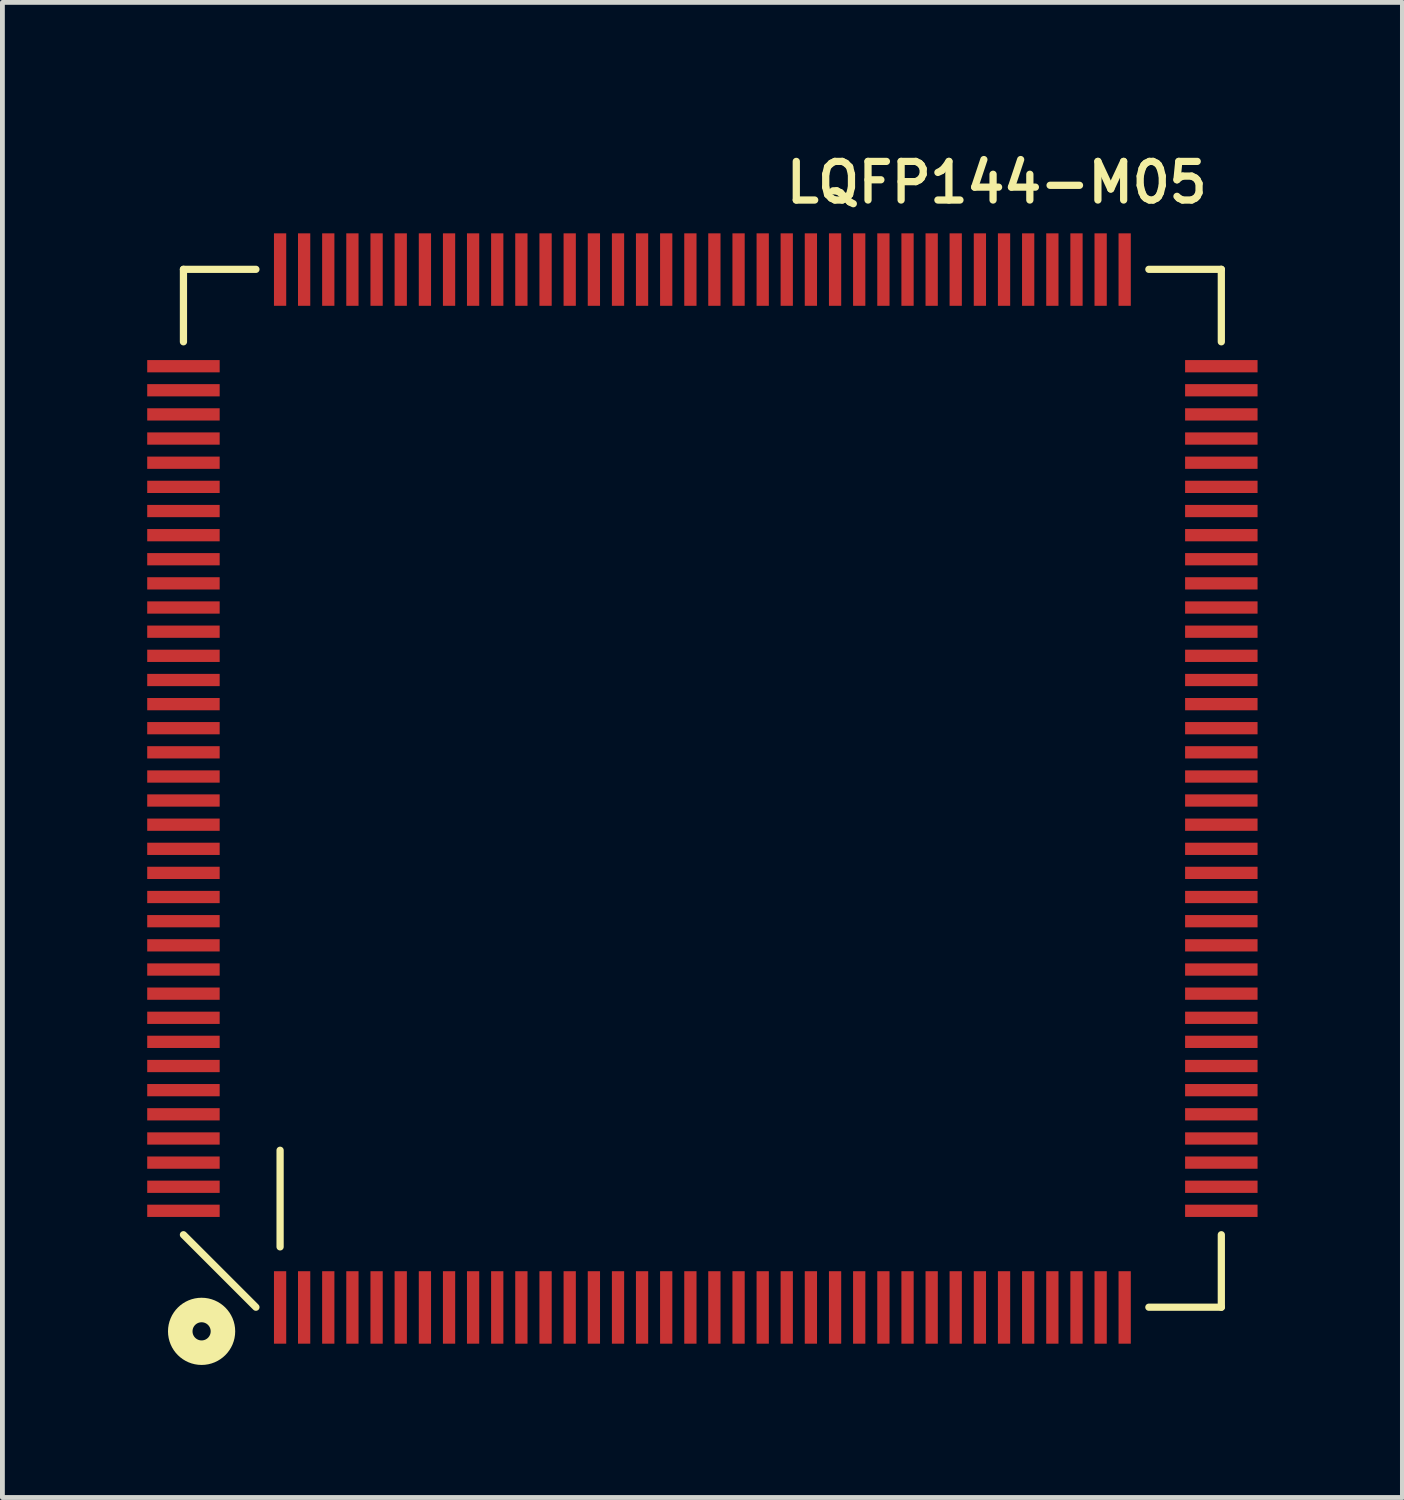
<source format=kicad_pcb>
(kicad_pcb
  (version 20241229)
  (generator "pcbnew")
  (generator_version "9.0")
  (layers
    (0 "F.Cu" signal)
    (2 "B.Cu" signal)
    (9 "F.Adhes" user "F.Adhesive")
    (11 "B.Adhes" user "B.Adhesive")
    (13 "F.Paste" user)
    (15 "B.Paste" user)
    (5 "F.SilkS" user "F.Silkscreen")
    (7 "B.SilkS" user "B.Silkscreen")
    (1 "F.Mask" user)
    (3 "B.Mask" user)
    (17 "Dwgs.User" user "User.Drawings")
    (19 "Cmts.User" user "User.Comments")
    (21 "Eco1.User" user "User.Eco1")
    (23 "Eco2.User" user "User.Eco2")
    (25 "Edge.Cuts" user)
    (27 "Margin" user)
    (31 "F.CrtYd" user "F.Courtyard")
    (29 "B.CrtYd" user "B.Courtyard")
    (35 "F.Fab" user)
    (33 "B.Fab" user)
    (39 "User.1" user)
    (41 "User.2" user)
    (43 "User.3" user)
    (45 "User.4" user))
  (footprint "LQFP144-M05"
    (layer "F.Cu")
    (at 11.497 13.281)
    (property "Reference" "LQFP144-M05" (at 6.1 -12.55 0) (layer "F.SilkS") (effects (font (size 0.8 0.8) (thickness 0.15))))
    (attr smd)
    (fp_line (start -10.747 -10.752) (end -9.246 -10.752) (stroke (width 0.15) (type solid)) (layer "F.SilkS"))
    (fp_line (start -10.747 -9.251) (end -10.747 -10.752) (stroke (width 0.15) (type solid)) (layer "F.SilkS"))
    (fp_line (start -10.747 9.246) (end -9.246 10.747) (stroke (width 0.15) (type solid)) (layer "F.SilkS"))
    (fp_line (start -8.745 9.497) (end -8.745 7.496) (stroke (width 0.15) (type solid)) (layer "F.SilkS"))
    (fp_line (start 10.752 -10.752) (end 9.251 -10.752) (stroke (width 0.15) (type solid)) (layer "F.SilkS"))
    (fp_line (start 10.752 -9.251) (end 10.752 -10.752) (stroke (width 0.15) (type solid)) (layer "F.SilkS"))
    (fp_line (start 10.752 9.246) (end 10.752 10.747) (stroke (width 0.15) (type solid)) (layer "F.SilkS"))
    (fp_line (start 10.752 10.747) (end 9.251 10.747) (stroke (width 0.15) (type solid)) (layer "F.SilkS"))
    (fp_circle (center -10.371 11.247) (end -10.183 11.247) (stroke (width 0.508) (type solid)) (fill no) (layer "F.SilkS"))
    (pad "1" smd rect (at -8.745 10.752) (size 0.254 1.501) (layers "F.Cu" "F.Mask" "F.Paste"))
    (pad "2" smd rect (at -8.247 10.752) (size 0.254 1.501) (layers "F.Cu" "F.Mask" "F.Paste"))
    (pad "3" smd rect (at -7.747 10.752) (size 0.254 1.501) (layers "F.Cu" "F.Mask" "F.Paste"))
    (pad "4" smd rect (at -7.247 10.752) (size 0.254 1.501) (layers "F.Cu" "F.Mask" "F.Paste"))
    (pad "5" smd rect (at -6.746 10.752) (size 0.254 1.501) (layers "F.Cu" "F.Mask" "F.Paste"))
    (pad "6" smd rect (at -6.246 10.752) (size 0.254 1.501) (layers "F.Cu" "F.Mask" "F.Paste"))
    (pad "7" smd rect (at -5.745 10.752) (size 0.254 1.501) (layers "F.Cu" "F.Mask" "F.Paste"))
    (pad "8" smd rect (at -5.245 10.752) (size 0.254 1.501) (layers "F.Cu" "F.Mask" "F.Paste"))
    (pad "9" smd rect (at -4.747 10.752) (size 0.254 1.501) (layers "F.Cu" "F.Mask" "F.Paste"))
    (pad "10" smd rect (at -4.247 10.752) (size 0.254 1.501) (layers "F.Cu" "F.Mask" "F.Paste"))
    (pad "11" smd rect (at -3.747 10.752) (size 0.254 1.501) (layers "F.Cu" "F.Mask" "F.Paste"))
    (pad "12" smd rect (at -3.246 10.752) (size 0.254 1.501) (layers "F.Cu" "F.Mask" "F.Paste"))
    (pad "13" smd rect (at -2.746 10.752) (size 0.254 1.501) (layers "F.Cu" "F.Mask" "F.Paste"))
    (pad "14" smd rect (at -2.245 10.752) (size 0.254 1.501) (layers "F.Cu" "F.Mask" "F.Paste"))
    (pad "15" smd rect (at -1.745 10.752) (size 0.254 1.501) (layers "F.Cu" "F.Mask" "F.Paste"))
    (pad "16" smd rect (at -1.247 10.752) (size 0.254 1.501) (layers "F.Cu" "F.Mask" "F.Paste"))
    (pad "17" smd rect (at -0.747 10.752) (size 0.254 1.501) (layers "F.Cu" "F.Mask" "F.Paste"))
    (pad "18" smd rect (at -0.246 10.752) (size 0.254 1.501) (layers "F.Cu" "F.Mask" "F.Paste"))
    (pad "19" smd rect (at 0.251 10.752) (size 0.254 1.501) (layers "F.Cu" "F.Mask" "F.Paste"))
    (pad "20" smd rect (at 0.752 10.752) (size 0.254 1.501) (layers "F.Cu" "F.Mask" "F.Paste"))
    (pad "21" smd rect (at 1.252 10.752) (size 0.254 1.501) (layers "F.Cu" "F.Mask" "F.Paste"))
    (pad "22" smd rect (at 1.75 10.752) (size 0.254 1.501) (layers "F.Cu" "F.Mask" "F.Paste"))
    (pad "23" smd rect (at 2.25 10.752) (size 0.254 1.501) (layers "F.Cu" "F.Mask" "F.Paste"))
    (pad "24" smd rect (at 2.751 10.752) (size 0.254 1.501) (layers "F.Cu" "F.Mask" "F.Paste"))
    (pad "25" smd rect (at 3.251 10.752) (size 0.254 1.501) (layers "F.Cu" "F.Mask" "F.Paste"))
    (pad "26" smd rect (at 3.752 10.752) (size 0.254 1.501) (layers "F.Cu" "F.Mask" "F.Paste"))
    (pad "27" smd rect (at 4.252 10.752) (size 0.254 1.501) (layers "F.Cu" "F.Mask" "F.Paste"))
    (pad "28" smd rect (at 4.752 10.752) (size 0.254 1.501) (layers "F.Cu" "F.Mask" "F.Paste"))
    (pad "29" smd rect (at 5.25 10.752) (size 0.254 1.501) (layers "F.Cu" "F.Mask" "F.Paste"))
    (pad "30" smd rect (at 5.751 10.752) (size 0.254 1.501) (layers "F.Cu" "F.Mask" "F.Paste"))
    (pad "31" smd rect (at 6.251 10.752) (size 0.254 1.501) (layers "F.Cu" "F.Mask" "F.Paste"))
    (pad "32" smd rect (at 6.751 10.752) (size 0.254 1.501) (layers "F.Cu" "F.Mask" "F.Paste"))
    (pad "33" smd rect (at 7.252 10.752) (size 0.254 1.501) (layers "F.Cu" "F.Mask" "F.Paste"))
    (pad "34" smd rect (at 7.752 10.752) (size 0.254 1.501) (layers "F.Cu" "F.Mask" "F.Paste"))
    (pad "35" smd rect (at 8.252 10.752) (size 0.254 1.501) (layers "F.Cu" "F.Mask" "F.Paste"))
    (pad "36" smd rect (at 8.75 10.752) (size 0.254 1.501) (layers "F.Cu" "F.Mask" "F.Paste"))
    (pad "37" smd rect (at 10.752 8.75 90) (size 0.254 1.501) (layers "F.Cu" "F.Mask" "F.Paste"))
    (pad "38" smd rect (at 10.752 8.252 90) (size 0.254 1.501) (layers "F.Cu" "F.Mask" "F.Paste"))
    (pad "39" smd rect (at 10.752 7.752 90) (size 0.254 1.501) (layers "F.Cu" "F.Mask" "F.Paste"))
    (pad "40" smd rect (at 10.752 7.252 90) (size 0.254 1.501) (layers "F.Cu" "F.Mask" "F.Paste"))
    (pad "41" smd rect (at 10.752 6.751 90) (size 0.254 1.501) (layers "F.Cu" "F.Mask" "F.Paste"))
    (pad "42" smd rect (at 10.752 6.251 90) (size 0.254 1.501) (layers "F.Cu" "F.Mask" "F.Paste"))
    (pad "43" smd rect (at 10.752 5.751 90) (size 0.254 1.501) (layers "F.Cu" "F.Mask" "F.Paste"))
    (pad "44" smd rect (at 10.752 5.25 90) (size 0.254 1.501) (layers "F.Cu" "F.Mask" "F.Paste"))
    (pad "45" smd rect (at 10.752 4.752 90) (size 0.254 1.501) (layers "F.Cu" "F.Mask" "F.Paste"))
    (pad "46" smd rect (at 10.752 4.252 90) (size 0.254 1.501) (layers "F.Cu" "F.Mask" "F.Paste"))
    (pad "47" smd rect (at 10.752 3.752 90) (size 0.254 1.501) (layers "F.Cu" "F.Mask" "F.Paste"))
    (pad "48" smd rect (at 10.752 3.251 90) (size 0.254 1.501) (layers "F.Cu" "F.Mask" "F.Paste"))
    (pad "49" smd rect (at 10.752 2.751 90) (size 0.254 1.501) (layers "F.Cu" "F.Mask" "F.Paste"))
    (pad "50" smd rect (at 10.752 2.25 90) (size 0.254 1.501) (layers "F.Cu" "F.Mask" "F.Paste"))
    (pad "51" smd rect (at 10.752 1.75 90) (size 0.254 1.501) (layers "F.Cu" "F.Mask" "F.Paste"))
    (pad "52" smd rect (at 10.752 1.252 90) (size 0.254 1.501) (layers "F.Cu" "F.Mask" "F.Paste"))
    (pad "53" smd rect (at 10.752 0.752 90) (size 0.254 1.501) (layers "F.Cu" "F.Mask" "F.Paste"))
    (pad "54" smd rect (at 10.752 0.251 90) (size 0.254 1.501) (layers "F.Cu" "F.Mask" "F.Paste"))
    (pad "55" smd rect (at 10.752 -0.246 90) (size 0.254 1.501) (layers "F.Cu" "F.Mask" "F.Paste"))
    (pad "56" smd rect (at 10.752 -0.747 90) (size 0.254 1.501) (layers "F.Cu" "F.Mask" "F.Paste"))
    (pad "57" smd rect (at 10.752 -1.247 90) (size 0.254 1.501) (layers "F.Cu" "F.Mask" "F.Paste"))
    (pad "58" smd rect (at 10.752 -1.745 90) (size 0.254 1.501) (layers "F.Cu" "F.Mask" "F.Paste"))
    (pad "59" smd rect (at 10.752 -2.245 90) (size 0.254 1.501) (layers "F.Cu" "F.Mask" "F.Paste"))
    (pad "60" smd rect (at 10.752 -2.746 90) (size 0.254 1.501) (layers "F.Cu" "F.Mask" "F.Paste"))
    (pad "61" smd rect (at 10.752 -3.246 90) (size 0.254 1.501) (layers "F.Cu" "F.Mask" "F.Paste"))
    (pad "62" smd rect (at 10.752 -3.747 90) (size 0.254 1.501) (layers "F.Cu" "F.Mask" "F.Paste"))
    (pad "63" smd rect (at 10.752 -4.247 90) (size 0.254 1.501) (layers "F.Cu" "F.Mask" "F.Paste"))
    (pad "64" smd rect (at 10.752 -4.747 90) (size 0.254 1.501) (layers "F.Cu" "F.Mask" "F.Paste"))
    (pad "65" smd rect (at 10.752 -5.245 90) (size 0.254 1.501) (layers "F.Cu" "F.Mask" "F.Paste"))
    (pad "66" smd rect (at 10.752 -5.745 90) (size 0.254 1.501) (layers "F.Cu" "F.Mask" "F.Paste"))
    (pad "67" smd rect (at 10.752 -6.246 90) (size 0.254 1.501) (layers "F.Cu" "F.Mask" "F.Paste"))
    (pad "68" smd rect (at 10.752 -6.746 90) (size 0.254 1.501) (layers "F.Cu" "F.Mask" "F.Paste"))
    (pad "69" smd rect (at 10.752 -7.247 90) (size 0.254 1.501) (layers "F.Cu" "F.Mask" "F.Paste"))
    (pad "70" smd rect (at 10.752 -7.747 90) (size 0.254 1.501) (layers "F.Cu" "F.Mask" "F.Paste"))
    (pad "71" smd rect (at 10.752 -8.247 90) (size 0.254 1.501) (layers "F.Cu" "F.Mask" "F.Paste"))
    (pad "72" smd rect (at 10.752 -8.745 90) (size 0.254 1.501) (layers "F.Cu" "F.Mask" "F.Paste"))
    (pad "73" smd rect (at 8.75 -10.747) (size 0.254 1.501) (layers "F.Cu" "F.Mask" "F.Paste"))
    (pad "74" smd rect (at 8.252 -10.747) (size 0.254 1.501) (layers "F.Cu" "F.Mask" "F.Paste"))
    (pad "75" smd rect (at 7.752 -10.747) (size 0.254 1.501) (layers "F.Cu" "F.Mask" "F.Paste"))
    (pad "76" smd rect (at 7.252 -10.747) (size 0.254 1.501) (layers "F.Cu" "F.Mask" "F.Paste"))
    (pad "77" smd rect (at 6.751 -10.747) (size 0.254 1.501) (layers "F.Cu" "F.Mask" "F.Paste"))
    (pad "78" smd rect (at 6.251 -10.747) (size 0.254 1.501) (layers "F.Cu" "F.Mask" "F.Paste"))
    (pad "79" smd rect (at 5.751 -10.747) (size 0.254 1.501) (layers "F.Cu" "F.Mask" "F.Paste"))
    (pad "80" smd rect (at 5.25 -10.747) (size 0.254 1.501) (layers "F.Cu" "F.Mask" "F.Paste"))
    (pad "81" smd rect (at 4.752 -10.747) (size 0.254 1.501) (layers "F.Cu" "F.Mask" "F.Paste"))
    (pad "82" smd rect (at 4.252 -10.747) (size 0.254 1.501) (layers "F.Cu" "F.Mask" "F.Paste"))
    (pad "83" smd rect (at 3.752 -10.747) (size 0.254 1.501) (layers "F.Cu" "F.Mask" "F.Paste"))
    (pad "84" smd rect (at 3.251 -10.747) (size 0.254 1.501) (layers "F.Cu" "F.Mask" "F.Paste"))
    (pad "85" smd rect (at 2.751 -10.747) (size 0.254 1.501) (layers "F.Cu" "F.Mask" "F.Paste"))
    (pad "86" smd rect (at 2.25 -10.747) (size 0.254 1.501) (layers "F.Cu" "F.Mask" "F.Paste"))
    (pad "87" smd rect (at 1.75 -10.747) (size 0.254 1.501) (layers "F.Cu" "F.Mask" "F.Paste"))
    (pad "88" smd rect (at 1.252 -10.747) (size 0.254 1.501) (layers "F.Cu" "F.Mask" "F.Paste"))
    (pad "89" smd rect (at 0.752 -10.747) (size 0.254 1.501) (layers "F.Cu" "F.Mask" "F.Paste"))
    (pad "90" smd rect (at 0.251 -10.747) (size 0.254 1.501) (layers "F.Cu" "F.Mask" "F.Paste"))
    (pad "91" smd rect (at -0.246 -10.747) (size 0.254 1.501) (layers "F.Cu" "F.Mask" "F.Paste"))
    (pad "92" smd rect (at -0.747 -10.747) (size 0.254 1.501) (layers "F.Cu" "F.Mask" "F.Paste"))
    (pad "93" smd rect (at -1.247 -10.747) (size 0.254 1.501) (layers "F.Cu" "F.Mask" "F.Paste"))
    (pad "94" smd rect (at -1.745 -10.747) (size 0.254 1.501) (layers "F.Cu" "F.Mask" "F.Paste"))
    (pad "95" smd rect (at -2.245 -10.747) (size 0.254 1.501) (layers "F.Cu" "F.Mask" "F.Paste"))
    (pad "96" smd rect (at -2.746 -10.747) (size 0.254 1.501) (layers "F.Cu" "F.Mask" "F.Paste"))
    (pad "97" smd rect (at -3.246 -10.747) (size 0.254 1.501) (layers "F.Cu" "F.Mask" "F.Paste"))
    (pad "98" smd rect (at -3.747 -10.747) (size 0.254 1.501) (layers "F.Cu" "F.Mask" "F.Paste"))
    (pad "99" smd rect (at -4.247 -10.747) (size 0.254 1.501) (layers "F.Cu" "F.Mask" "F.Paste"))
    (pad "100" smd rect (at -4.747 -10.747) (size 0.254 1.501) (layers "F.Cu" "F.Mask" "F.Paste"))
    (pad "101" smd rect (at -5.245 -10.747) (size 0.254 1.501) (layers "F.Cu" "F.Mask" "F.Paste"))
    (pad "102" smd rect (at -5.745 -10.747) (size 0.254 1.501) (layers "F.Cu" "F.Mask" "F.Paste"))
    (pad "103" smd rect (at -6.246 -10.747) (size 0.254 1.501) (layers "F.Cu" "F.Mask" "F.Paste"))
    (pad "104" smd rect (at -6.746 -10.747) (size 0.254 1.501) (layers "F.Cu" "F.Mask" "F.Paste"))
    (pad "105" smd rect (at -7.247 -10.747) (size 0.254 1.501) (layers "F.Cu" "F.Mask" "F.Paste"))
    (pad "106" smd rect (at -7.747 -10.747) (size 0.254 1.501) (layers "F.Cu" "F.Mask" "F.Paste"))
    (pad "107" smd rect (at -8.247 -10.747) (size 0.254 1.501) (layers "F.Cu" "F.Mask" "F.Paste"))
    (pad "108" smd rect (at -8.745 -10.747) (size 0.254 1.501) (layers "F.Cu" "F.Mask" "F.Paste"))
    (pad "109" smd rect (at -10.747 -8.745 90) (size 0.254 1.501) (layers "F.Cu" "F.Mask" "F.Paste"))
    (pad "110" smd rect (at -10.747 -8.247 90) (size 0.254 1.501) (layers "F.Cu" "F.Mask" "F.Paste"))
    (pad "111" smd rect (at -10.747 -7.747 90) (size 0.254 1.501) (layers "F.Cu" "F.Mask" "F.Paste"))
    (pad "112" smd rect (at -10.747 -7.247 90) (size 0.254 1.501) (layers "F.Cu" "F.Mask" "F.Paste"))
    (pad "113" smd rect (at -10.747 -6.746 90) (size 0.254 1.501) (layers "F.Cu" "F.Mask" "F.Paste"))
    (pad "114" smd rect (at -10.747 -6.246 90) (size 0.254 1.501) (layers "F.Cu" "F.Mask" "F.Paste"))
    (pad "115" smd rect (at -10.747 -5.745 90) (size 0.254 1.501) (layers "F.Cu" "F.Mask" "F.Paste"))
    (pad "116" smd rect (at -10.747 -5.245 90) (size 0.254 1.501) (layers "F.Cu" "F.Mask" "F.Paste"))
    (pad "117" smd rect (at -10.747 -4.747 90) (size 0.254 1.501) (layers "F.Cu" "F.Mask" "F.Paste"))
    (pad "118" smd rect (at -10.747 -4.247 90) (size 0.254 1.501) (layers "F.Cu" "F.Mask" "F.Paste"))
    (pad "119" smd rect (at -10.747 -3.747 90) (size 0.254 1.501) (layers "F.Cu" "F.Mask" "F.Paste"))
    (pad "120" smd rect (at -10.747 -3.246 90) (size 0.254 1.501) (layers "F.Cu" "F.Mask" "F.Paste"))
    (pad "121" smd rect (at -10.747 -2.746 90) (size 0.254 1.501) (layers "F.Cu" "F.Mask" "F.Paste"))
    (pad "122" smd rect (at -10.747 -2.245 90) (size 0.254 1.501) (layers "F.Cu" "F.Mask" "F.Paste"))
    (pad "123" smd rect (at -10.747 -1.745 90) (size 0.254 1.501) (layers "F.Cu" "F.Mask" "F.Paste"))
    (pad "124" smd rect (at -10.747 -1.247 90) (size 0.254 1.501) (layers "F.Cu" "F.Mask" "F.Paste"))
    (pad "125" smd rect (at -10.747 -0.747 90) (size 0.254 1.501) (layers "F.Cu" "F.Mask" "F.Paste"))
    (pad "126" smd rect (at -10.747 -0.246 90) (size 0.254 1.501) (layers "F.Cu" "F.Mask" "F.Paste"))
    (pad "127" smd rect (at -10.747 0.251 90) (size 0.254 1.501) (layers "F.Cu" "F.Mask" "F.Paste"))
    (pad "128" smd rect (at -10.747 0.752 90) (size 0.254 1.501) (layers "F.Cu" "F.Mask" "F.Paste"))
    (pad "129" smd rect (at -10.747 1.252 90) (size 0.254 1.501) (layers "F.Cu" "F.Mask" "F.Paste"))
    (pad "130" smd rect (at -10.747 1.75 90) (size 0.254 1.501) (layers "F.Cu" "F.Mask" "F.Paste"))
    (pad "131" smd rect (at -10.747 2.25 90) (size 0.254 1.501) (layers "F.Cu" "F.Mask" "F.Paste"))
    (pad "132" smd rect (at -10.747 2.751 90) (size 0.254 1.501) (layers "F.Cu" "F.Mask" "F.Paste"))
    (pad "133" smd rect (at -10.747 3.251 90) (size 0.254 1.501) (layers "F.Cu" "F.Mask" "F.Paste"))
    (pad "134" smd rect (at -10.747 3.752 90) (size 0.254 1.501) (layers "F.Cu" "F.Mask" "F.Paste"))
    (pad "135" smd rect (at -10.747 4.252 90) (size 0.254 1.501) (layers "F.Cu" "F.Mask" "F.Paste"))
    (pad "136" smd rect (at -10.747 4.752 90) (size 0.254 1.501) (layers "F.Cu" "F.Mask" "F.Paste"))
    (pad "137" smd rect (at -10.747 5.25 90) (size 0.254 1.501) (layers "F.Cu" "F.Mask" "F.Paste"))
    (pad "138" smd rect (at -10.747 5.751 90) (size 0.254 1.501) (layers "F.Cu" "F.Mask" "F.Paste"))
    (pad "139" smd rect (at -10.747 6.251 90) (size 0.254 1.501) (layers "F.Cu" "F.Mask" "F.Paste"))
    (pad "140" smd rect (at -10.747 6.751 90) (size 0.254 1.501) (layers "F.Cu" "F.Mask" "F.Paste"))
    (pad "141" smd rect (at -10.747 7.252 90) (size 0.254 1.501) (layers "F.Cu" "F.Mask" "F.Paste"))
    (pad "142" smd rect (at -10.747 7.752 90) (size 0.254 1.501) (layers "F.Cu" "F.Mask" "F.Paste"))
    (pad "143" smd rect (at -10.747 8.252 90) (size 0.254 1.501) (layers "F.Cu" "F.Mask" "F.Paste"))
    (pad "144" smd rect (at -10.747 8.75 90) (size 0.254 1.501) (layers "F.Cu" "F.Mask" "F.Paste")))
  (gr_rect
    (start -3 -3)
    (end 26 27.97)
    (stroke (width 0.1) (type default))
    (fill no)
    (layer "Edge.Cuts")))
</source>
